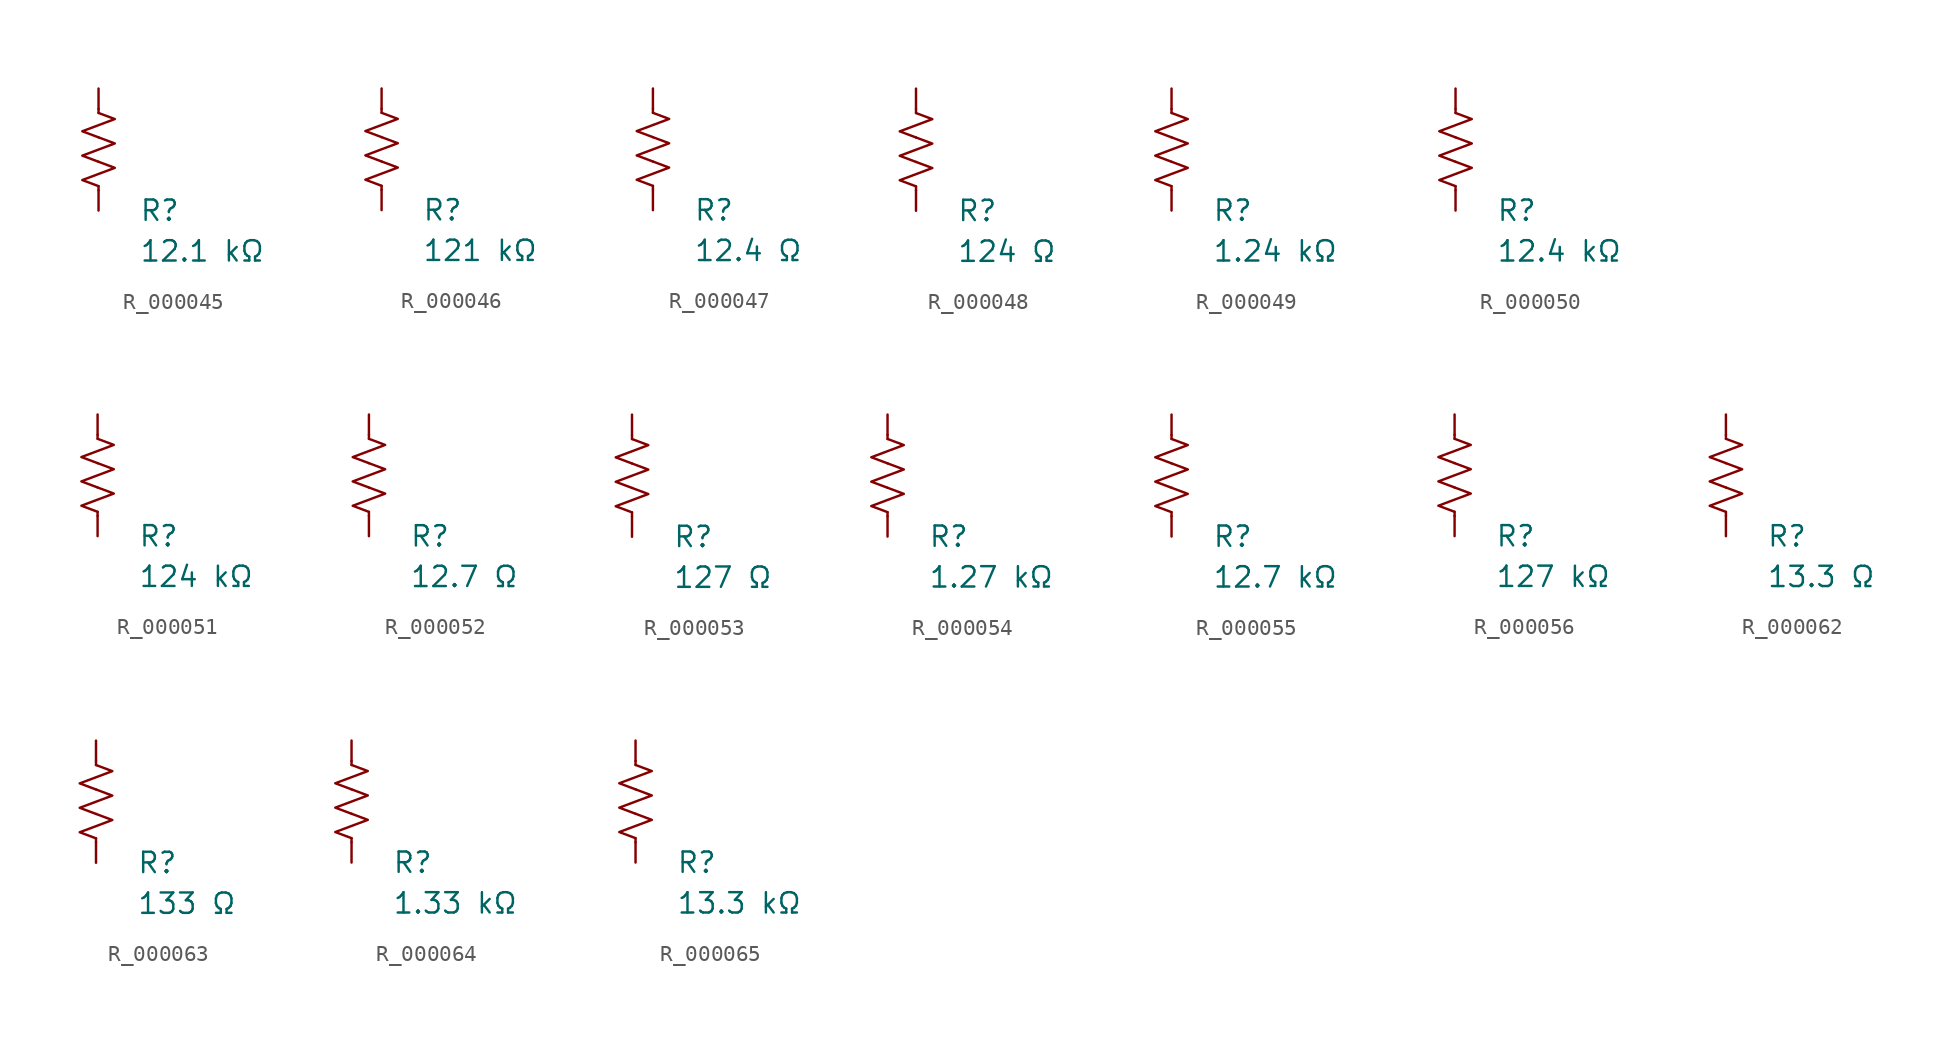
<source format=kicad_sym>
(kicad_symbol_lib
  (version 20231120)
  (generator "kicad_symbol_editor")
  (generator_version "8.0")
  (symbol "R_000045"
    (pin_numbers hide)
    (pin_names
      (offset 0))
    (property "Reference" "R"
      (at 2.54 -3.81 0)
      (effects (font (size 1.27 1.27)) (justify left))
      (show_name no))
    (property "Value" "12.1 kΩ"
      (at 2.54 -6.35 0)
      (effects (font (size 1.27 1.27)) (justify left))
      (show_name no))
    (symbol "R_000045_0_1"
      (polyline (pts (xy 0 -2.286) (xy 0 -2.54)) (stroke (width 0) (type default)) (fill (type none)))
      (polyline (pts (xy 0 2.286) (xy 0 2.54)) (stroke (width 0) (type default)) (fill (type none)))
      (polyline (pts (xy 0 -0.762) (xy 1.016 -1.143) (xy 0 -1.524) (xy -1.016 -1.905) (xy 0 -2.286)) (stroke (width 0) (type default)) (fill (type none)))
      (polyline (pts (xy 0 0.762) (xy 1.016 0.381) (xy 0 0) (xy -1.016 -0.381) (xy 0 -0.762)) (stroke (width 0) (type default)) (fill (type none)))
      (polyline (pts (xy 0 2.286) (xy 1.016 1.905) (xy 0 1.524) (xy -1.016 1.143) (xy 0 0.762)) (stroke (width 0) (type default)) (fill (type none))))
    (symbol "R_000045_1_1"
      (pin passive line (at 0 3.81 270) (length 1.27) (name "~" (effects (font (size 1.27 1.27)))) (number "1" (effects (font (size 1.27 1.27)))))
      (pin passive line (at 0 -3.81 90) (length 1.27) (name "~" (effects (font (size 1.27 1.27)))) (number "2" (effects (font (size 1.27 1.27)))))))
  (symbol "R_000046"
    (pin_numbers hide)
    (pin_names
      (offset 0))
    (property "Reference" "R"
      (at 2.54 -3.81 0)
      (effects (font (size 1.27 1.27)) (justify left))
      (show_name no))
    (property "Value" "121 kΩ"
      (at 2.54 -6.35 0)
      (effects (font (size 1.27 1.27)) (justify left))
      (show_name no))
    (symbol "R_000046_0_1"
      (polyline (pts (xy 0 -2.286) (xy 0 -2.54)) (stroke (width 0) (type default)) (fill (type none)))
      (polyline (pts (xy 0 2.286) (xy 0 2.54)) (stroke (width 0) (type default)) (fill (type none)))
      (polyline (pts (xy 0 -0.762) (xy 1.016 -1.143) (xy 0 -1.524) (xy -1.016 -1.905) (xy 0 -2.286)) (stroke (width 0) (type default)) (fill (type none)))
      (polyline (pts (xy 0 0.762) (xy 1.016 0.381) (xy 0 0) (xy -1.016 -0.381) (xy 0 -0.762)) (stroke (width 0) (type default)) (fill (type none)))
      (polyline (pts (xy 0 2.286) (xy 1.016 1.905) (xy 0 1.524) (xy -1.016 1.143) (xy 0 0.762)) (stroke (width 0) (type default)) (fill (type none))))
    (symbol "R_000046_1_1"
      (pin passive line (at 0 3.81 270) (length 1.27) (name "~" (effects (font (size 1.27 1.27)))) (number "1" (effects (font (size 1.27 1.27)))))
      (pin passive line (at 0 -3.81 90) (length 1.27) (name "~" (effects (font (size 1.27 1.27)))) (number "2" (effects (font (size 1.27 1.27)))))))
  (symbol "R_000047"
    (pin_numbers hide)
    (pin_names
      (offset 0))
    (property "Reference" "R"
      (at 2.54 -3.81 0)
      (effects (font (size 1.27 1.27)) (justify left))
      (show_name no))
    (property "Value" "12.4 Ω"
      (at 2.54 -6.35 0)
      (effects (font (size 1.27 1.27)) (justify left))
      (show_name no))
    (symbol "R_000047_0_1"
      (polyline (pts (xy 0 -2.286) (xy 0 -2.54)) (stroke (width 0) (type default)) (fill (type none)))
      (polyline (pts (xy 0 2.286) (xy 0 2.54)) (stroke (width 0) (type default)) (fill (type none)))
      (polyline (pts (xy 0 -0.762) (xy 1.016 -1.143) (xy 0 -1.524) (xy -1.016 -1.905) (xy 0 -2.286)) (stroke (width 0) (type default)) (fill (type none)))
      (polyline (pts (xy 0 0.762) (xy 1.016 0.381) (xy 0 0) (xy -1.016 -0.381) (xy 0 -0.762)) (stroke (width 0) (type default)) (fill (type none)))
      (polyline (pts (xy 0 2.286) (xy 1.016 1.905) (xy 0 1.524) (xy -1.016 1.143) (xy 0 0.762)) (stroke (width 0) (type default)) (fill (type none))))
    (symbol "R_000047_1_1"
      (pin passive line (at 0 3.81 270) (length 1.27) (name "~" (effects (font (size 1.27 1.27)))) (number "1" (effects (font (size 1.27 1.27)))))
      (pin passive line (at 0 -3.81 90) (length 1.27) (name "~" (effects (font (size 1.27 1.27)))) (number "2" (effects (font (size 1.27 1.27)))))))
  (symbol "R_000048"
    (pin_numbers hide)
    (pin_names
      (offset 0))
    (property "Reference" "R"
      (at 2.54 -3.81 0)
      (effects (font (size 1.27 1.27)) (justify left))
      (show_name no))
    (property "Value" "124 Ω"
      (at 2.54 -6.35 0)
      (effects (font (size 1.27 1.27)) (justify left))
      (show_name no))
    (symbol "R_000048_0_1"
      (polyline (pts (xy 0 -2.286) (xy 0 -2.54)) (stroke (width 0) (type default)) (fill (type none)))
      (polyline (pts (xy 0 2.286) (xy 0 2.54)) (stroke (width 0) (type default)) (fill (type none)))
      (polyline (pts (xy 0 -0.762) (xy 1.016 -1.143) (xy 0 -1.524) (xy -1.016 -1.905) (xy 0 -2.286)) (stroke (width 0) (type default)) (fill (type none)))
      (polyline (pts (xy 0 0.762) (xy 1.016 0.381) (xy 0 0) (xy -1.016 -0.381) (xy 0 -0.762)) (stroke (width 0) (type default)) (fill (type none)))
      (polyline (pts (xy 0 2.286) (xy 1.016 1.905) (xy 0 1.524) (xy -1.016 1.143) (xy 0 0.762)) (stroke (width 0) (type default)) (fill (type none))))
    (symbol "R_000048_1_1"
      (pin passive line (at 0 3.81 270) (length 1.27) (name "~" (effects (font (size 1.27 1.27)))) (number "1" (effects (font (size 1.27 1.27)))))
      (pin passive line (at 0 -3.81 90) (length 1.27) (name "~" (effects (font (size 1.27 1.27)))) (number "2" (effects (font (size 1.27 1.27)))))))
  (symbol "R_000049"
    (pin_numbers hide)
    (pin_names
      (offset 0))
    (property "Reference" "R"
      (at 2.54 -3.81 0)
      (effects (font (size 1.27 1.27)) (justify left))
      (show_name no))
    (property "Value" "1.24 kΩ"
      (at 2.54 -6.35 0)
      (effects (font (size 1.27 1.27)) (justify left))
      (show_name no))
    (symbol "R_000049_0_1"
      (polyline (pts (xy 0 -2.286) (xy 0 -2.54)) (stroke (width 0) (type default)) (fill (type none)))
      (polyline (pts (xy 0 2.286) (xy 0 2.54)) (stroke (width 0) (type default)) (fill (type none)))
      (polyline (pts (xy 0 -0.762) (xy 1.016 -1.143) (xy 0 -1.524) (xy -1.016 -1.905) (xy 0 -2.286)) (stroke (width 0) (type default)) (fill (type none)))
      (polyline (pts (xy 0 0.762) (xy 1.016 0.381) (xy 0 0) (xy -1.016 -0.381) (xy 0 -0.762)) (stroke (width 0) (type default)) (fill (type none)))
      (polyline (pts (xy 0 2.286) (xy 1.016 1.905) (xy 0 1.524) (xy -1.016 1.143) (xy 0 0.762)) (stroke (width 0) (type default)) (fill (type none))))
    (symbol "R_000049_1_1"
      (pin passive line (at 0 3.81 270) (length 1.27) (name "~" (effects (font (size 1.27 1.27)))) (number "1" (effects (font (size 1.27 1.27)))))
      (pin passive line (at 0 -3.81 90) (length 1.27) (name "~" (effects (font (size 1.27 1.27)))) (number "2" (effects (font (size 1.27 1.27)))))))
  (symbol "R_000050"
    (pin_numbers hide)
    (pin_names
      (offset 0))
    (property "Reference" "R"
      (at 2.54 -3.81 0)
      (effects (font (size 1.27 1.27)) (justify left))
      (show_name no))
    (property "Value" "12.4 kΩ"
      (at 2.54 -6.35 0)
      (effects (font (size 1.27 1.27)) (justify left))
      (show_name no))
    (symbol "R_000050_0_1"
      (polyline (pts (xy 0 -2.286) (xy 0 -2.54)) (stroke (width 0) (type default)) (fill (type none)))
      (polyline (pts (xy 0 2.286) (xy 0 2.54)) (stroke (width 0) (type default)) (fill (type none)))
      (polyline (pts (xy 0 -0.762) (xy 1.016 -1.143) (xy 0 -1.524) (xy -1.016 -1.905) (xy 0 -2.286)) (stroke (width 0) (type default)) (fill (type none)))
      (polyline (pts (xy 0 0.762) (xy 1.016 0.381) (xy 0 0) (xy -1.016 -0.381) (xy 0 -0.762)) (stroke (width 0) (type default)) (fill (type none)))
      (polyline (pts (xy 0 2.286) (xy 1.016 1.905) (xy 0 1.524) (xy -1.016 1.143) (xy 0 0.762)) (stroke (width 0) (type default)) (fill (type none))))
    (symbol "R_000050_1_1"
      (pin passive line (at 0 3.81 270) (length 1.27) (name "~" (effects (font (size 1.27 1.27)))) (number "1" (effects (font (size 1.27 1.27)))))
      (pin passive line (at 0 -3.81 90) (length 1.27) (name "~" (effects (font (size 1.27 1.27)))) (number "2" (effects (font (size 1.27 1.27)))))))
  (symbol "R_000051"
    (pin_numbers hide)
    (pin_names
      (offset 0))
    (property "Reference" "R"
      (at 2.54 -3.81 0)
      (effects (font (size 1.27 1.27)) (justify left))
      (show_name no))
    (property "Value" "124 kΩ"
      (at 2.54 -6.35 0)
      (effects (font (size 1.27 1.27)) (justify left))
      (show_name no))
    (symbol "R_000051_0_1"
      (polyline (pts (xy 0 -2.286) (xy 0 -2.54)) (stroke (width 0) (type default)) (fill (type none)))
      (polyline (pts (xy 0 2.286) (xy 0 2.54)) (stroke (width 0) (type default)) (fill (type none)))
      (polyline (pts (xy 0 -0.762) (xy 1.016 -1.143) (xy 0 -1.524) (xy -1.016 -1.905) (xy 0 -2.286)) (stroke (width 0) (type default)) (fill (type none)))
      (polyline (pts (xy 0 0.762) (xy 1.016 0.381) (xy 0 0) (xy -1.016 -0.381) (xy 0 -0.762)) (stroke (width 0) (type default)) (fill (type none)))
      (polyline (pts (xy 0 2.286) (xy 1.016 1.905) (xy 0 1.524) (xy -1.016 1.143) (xy 0 0.762)) (stroke (width 0) (type default)) (fill (type none))))
    (symbol "R_000051_1_1"
      (pin passive line (at 0 3.81 270) (length 1.27) (name "~" (effects (font (size 1.27 1.27)))) (number "1" (effects (font (size 1.27 1.27)))))
      (pin passive line (at 0 -3.81 90) (length 1.27) (name "~" (effects (font (size 1.27 1.27)))) (number "2" (effects (font (size 1.27 1.27)))))))
  (symbol "R_000052"
    (pin_numbers hide)
    (pin_names
      (offset 0))
    (property "Reference" "R"
      (at 2.54 -3.81 0)
      (effects (font (size 1.27 1.27)) (justify left))
      (show_name no))
    (property "Value" "12.7 Ω"
      (at 2.54 -6.35 0)
      (effects (font (size 1.27 1.27)) (justify left))
      (show_name no))
    (symbol "R_000052_0_1"
      (polyline (pts (xy 0 -2.286) (xy 0 -2.54)) (stroke (width 0) (type default)) (fill (type none)))
      (polyline (pts (xy 0 2.286) (xy 0 2.54)) (stroke (width 0) (type default)) (fill (type none)))
      (polyline (pts (xy 0 -0.762) (xy 1.016 -1.143) (xy 0 -1.524) (xy -1.016 -1.905) (xy 0 -2.286)) (stroke (width 0) (type default)) (fill (type none)))
      (polyline (pts (xy 0 0.762) (xy 1.016 0.381) (xy 0 0) (xy -1.016 -0.381) (xy 0 -0.762)) (stroke (width 0) (type default)) (fill (type none)))
      (polyline (pts (xy 0 2.286) (xy 1.016 1.905) (xy 0 1.524) (xy -1.016 1.143) (xy 0 0.762)) (stroke (width 0) (type default)) (fill (type none))))
    (symbol "R_000052_1_1"
      (pin passive line (at 0 3.81 270) (length 1.27) (name "~" (effects (font (size 1.27 1.27)))) (number "1" (effects (font (size 1.27 1.27)))))
      (pin passive line (at 0 -3.81 90) (length 1.27) (name "~" (effects (font (size 1.27 1.27)))) (number "2" (effects (font (size 1.27 1.27)))))))
  (symbol "R_000053"
    (pin_numbers hide)
    (pin_names
      (offset 0))
    (property "Reference" "R"
      (at 2.54 -3.81 0)
      (effects (font (size 1.27 1.27)) (justify left))
      (show_name no))
    (property "Value" "127 Ω"
      (at 2.54 -6.35 0)
      (effects (font (size 1.27 1.27)) (justify left))
      (show_name no))
    (symbol "R_000053_0_1"
      (polyline (pts (xy 0 -2.286) (xy 0 -2.54)) (stroke (width 0) (type default)) (fill (type none)))
      (polyline (pts (xy 0 2.286) (xy 0 2.54)) (stroke (width 0) (type default)) (fill (type none)))
      (polyline (pts (xy 0 -0.762) (xy 1.016 -1.143) (xy 0 -1.524) (xy -1.016 -1.905) (xy 0 -2.286)) (stroke (width 0) (type default)) (fill (type none)))
      (polyline (pts (xy 0 0.762) (xy 1.016 0.381) (xy 0 0) (xy -1.016 -0.381) (xy 0 -0.762)) (stroke (width 0) (type default)) (fill (type none)))
      (polyline (pts (xy 0 2.286) (xy 1.016 1.905) (xy 0 1.524) (xy -1.016 1.143) (xy 0 0.762)) (stroke (width 0) (type default)) (fill (type none))))
    (symbol "R_000053_1_1"
      (pin passive line (at 0 3.81 270) (length 1.27) (name "~" (effects (font (size 1.27 1.27)))) (number "1" (effects (font (size 1.27 1.27)))))
      (pin passive line (at 0 -3.81 90) (length 1.27) (name "~" (effects (font (size 1.27 1.27)))) (number "2" (effects (font (size 1.27 1.27)))))))
  (symbol "R_000054"
    (pin_numbers hide)
    (pin_names
      (offset 0))
    (property "Reference" "R"
      (at 2.54 -3.81 0)
      (effects (font (size 1.27 1.27)) (justify left))
      (show_name no))
    (property "Value" "1.27 kΩ"
      (at 2.54 -6.35 0)
      (effects (font (size 1.27 1.27)) (justify left))
      (show_name no))
    (symbol "R_000054_0_1"
      (polyline (pts (xy 0 -2.286) (xy 0 -2.54)) (stroke (width 0) (type default)) (fill (type none)))
      (polyline (pts (xy 0 2.286) (xy 0 2.54)) (stroke (width 0) (type default)) (fill (type none)))
      (polyline (pts (xy 0 -0.762) (xy 1.016 -1.143) (xy 0 -1.524) (xy -1.016 -1.905) (xy 0 -2.286)) (stroke (width 0) (type default)) (fill (type none)))
      (polyline (pts (xy 0 0.762) (xy 1.016 0.381) (xy 0 0) (xy -1.016 -0.381) (xy 0 -0.762)) (stroke (width 0) (type default)) (fill (type none)))
      (polyline (pts (xy 0 2.286) (xy 1.016 1.905) (xy 0 1.524) (xy -1.016 1.143) (xy 0 0.762)) (stroke (width 0) (type default)) (fill (type none))))
    (symbol "R_000054_1_1"
      (pin passive line (at 0 3.81 270) (length 1.27) (name "~" (effects (font (size 1.27 1.27)))) (number "1" (effects (font (size 1.27 1.27)))))
      (pin passive line (at 0 -3.81 90) (length 1.27) (name "~" (effects (font (size 1.27 1.27)))) (number "2" (effects (font (size 1.27 1.27)))))))
  (symbol "R_000055"
    (pin_numbers hide)
    (pin_names
      (offset 0))
    (property "Reference" "R"
      (at 2.54 -3.81 0)
      (effects (font (size 1.27 1.27)) (justify left))
      (show_name no))
    (property "Value" "12.7 kΩ"
      (at 2.54 -6.35 0)
      (effects (font (size 1.27 1.27)) (justify left))
      (show_name no))
    (symbol "R_000055_0_1"
      (polyline (pts (xy 0 -2.286) (xy 0 -2.54)) (stroke (width 0) (type default)) (fill (type none)))
      (polyline (pts (xy 0 2.286) (xy 0 2.54)) (stroke (width 0) (type default)) (fill (type none)))
      (polyline (pts (xy 0 -0.762) (xy 1.016 -1.143) (xy 0 -1.524) (xy -1.016 -1.905) (xy 0 -2.286)) (stroke (width 0) (type default)) (fill (type none)))
      (polyline (pts (xy 0 0.762) (xy 1.016 0.381) (xy 0 0) (xy -1.016 -0.381) (xy 0 -0.762)) (stroke (width 0) (type default)) (fill (type none)))
      (polyline (pts (xy 0 2.286) (xy 1.016 1.905) (xy 0 1.524) (xy -1.016 1.143) (xy 0 0.762)) (stroke (width 0) (type default)) (fill (type none))))
    (symbol "R_000055_1_1"
      (pin passive line (at 0 3.81 270) (length 1.27) (name "~" (effects (font (size 1.27 1.27)))) (number "1" (effects (font (size 1.27 1.27)))))
      (pin passive line (at 0 -3.81 90) (length 1.27) (name "~" (effects (font (size 1.27 1.27)))) (number "2" (effects (font (size 1.27 1.27)))))))
  (symbol "R_000056"
    (pin_numbers hide)
    (pin_names
      (offset 0))
    (property "Reference" "R"
      (at 2.54 -3.81 0)
      (effects (font (size 1.27 1.27)) (justify left))
      (show_name no))
    (property "Value" "127 kΩ"
      (at 2.54 -6.35 0)
      (effects (font (size 1.27 1.27)) (justify left))
      (show_name no))
    (symbol "R_000056_0_1"
      (polyline (pts (xy 0 -2.286) (xy 0 -2.54)) (stroke (width 0) (type default)) (fill (type none)))
      (polyline (pts (xy 0 2.286) (xy 0 2.54)) (stroke (width 0) (type default)) (fill (type none)))
      (polyline (pts (xy 0 -0.762) (xy 1.016 -1.143) (xy 0 -1.524) (xy -1.016 -1.905) (xy 0 -2.286)) (stroke (width 0) (type default)) (fill (type none)))
      (polyline (pts (xy 0 0.762) (xy 1.016 0.381) (xy 0 0) (xy -1.016 -0.381) (xy 0 -0.762)) (stroke (width 0) (type default)) (fill (type none)))
      (polyline (pts (xy 0 2.286) (xy 1.016 1.905) (xy 0 1.524) (xy -1.016 1.143) (xy 0 0.762)) (stroke (width 0) (type default)) (fill (type none))))
    (symbol "R_000056_1_1"
      (pin passive line (at 0 3.81 270) (length 1.27) (name "~" (effects (font (size 1.27 1.27)))) (number "1" (effects (font (size 1.27 1.27)))))
      (pin passive line (at 0 -3.81 90) (length 1.27) (name "~" (effects (font (size 1.27 1.27)))) (number "2" (effects (font (size 1.27 1.27)))))))
  (symbol "R_000062"
    (pin_numbers hide)
    (pin_names
      (offset 0))
    (property "Reference" "R"
      (at 2.54 -3.81 0)
      (effects (font (size 1.27 1.27)) (justify left))
      (show_name no))
    (property "Value" "13.3 Ω"
      (at 2.54 -6.35 0)
      (effects (font (size 1.27 1.27)) (justify left))
      (show_name no))
    (symbol "R_000062_0_1"
      (polyline (pts (xy 0 -2.286) (xy 0 -2.54)) (stroke (width 0) (type default)) (fill (type none)))
      (polyline (pts (xy 0 2.286) (xy 0 2.54)) (stroke (width 0) (type default)) (fill (type none)))
      (polyline (pts (xy 0 -0.762) (xy 1.016 -1.143) (xy 0 -1.524) (xy -1.016 -1.905) (xy 0 -2.286)) (stroke (width 0) (type default)) (fill (type none)))
      (polyline (pts (xy 0 0.762) (xy 1.016 0.381) (xy 0 0) (xy -1.016 -0.381) (xy 0 -0.762)) (stroke (width 0) (type default)) (fill (type none)))
      (polyline (pts (xy 0 2.286) (xy 1.016 1.905) (xy 0 1.524) (xy -1.016 1.143) (xy 0 0.762)) (stroke (width 0) (type default)) (fill (type none))))
    (symbol "R_000062_1_1"
      (pin passive line (at 0 3.81 270) (length 1.27) (name "~" (effects (font (size 1.27 1.27)))) (number "1" (effects (font (size 1.27 1.27)))))
      (pin passive line (at 0 -3.81 90) (length 1.27) (name "~" (effects (font (size 1.27 1.27)))) (number "2" (effects (font (size 1.27 1.27)))))))
  (symbol "R_000063"
    (pin_numbers hide)
    (pin_names
      (offset 0))
    (property "Reference" "R"
      (at 2.54 -3.81 0)
      (effects (font (size 1.27 1.27)) (justify left))
      (show_name no))
    (property "Value" "133 Ω"
      (at 2.54 -6.35 0)
      (effects (font (size 1.27 1.27)) (justify left))
      (show_name no))
    (symbol "R_000063_0_1"
      (polyline (pts (xy 0 -2.286) (xy 0 -2.54)) (stroke (width 0) (type default)) (fill (type none)))
      (polyline (pts (xy 0 2.286) (xy 0 2.54)) (stroke (width 0) (type default)) (fill (type none)))
      (polyline (pts (xy 0 -0.762) (xy 1.016 -1.143) (xy 0 -1.524) (xy -1.016 -1.905) (xy 0 -2.286)) (stroke (width 0) (type default)) (fill (type none)))
      (polyline (pts (xy 0 0.762) (xy 1.016 0.381) (xy 0 0) (xy -1.016 -0.381) (xy 0 -0.762)) (stroke (width 0) (type default)) (fill (type none)))
      (polyline (pts (xy 0 2.286) (xy 1.016 1.905) (xy 0 1.524) (xy -1.016 1.143) (xy 0 0.762)) (stroke (width 0) (type default)) (fill (type none))))
    (symbol "R_000063_1_1"
      (pin passive line (at 0 3.81 270) (length 1.27) (name "~" (effects (font (size 1.27 1.27)))) (number "1" (effects (font (size 1.27 1.27)))))
      (pin passive line (at 0 -3.81 90) (length 1.27) (name "~" (effects (font (size 1.27 1.27)))) (number "2" (effects (font (size 1.27 1.27)))))))
  (symbol "R_000064"
    (pin_numbers hide)
    (pin_names
      (offset 0))
    (property "Reference" "R"
      (at 2.54 -3.81 0)
      (effects (font (size 1.27 1.27)) (justify left))
      (show_name no))
    (property "Value" "1.33 kΩ"
      (at 2.54 -6.35 0)
      (effects (font (size 1.27 1.27)) (justify left))
      (show_name no))
    (symbol "R_000064_0_1"
      (polyline (pts (xy 0 -2.286) (xy 0 -2.54)) (stroke (width 0) (type default)) (fill (type none)))
      (polyline (pts (xy 0 2.286) (xy 0 2.54)) (stroke (width 0) (type default)) (fill (type none)))
      (polyline (pts (xy 0 -0.762) (xy 1.016 -1.143) (xy 0 -1.524) (xy -1.016 -1.905) (xy 0 -2.286)) (stroke (width 0) (type default)) (fill (type none)))
      (polyline (pts (xy 0 0.762) (xy 1.016 0.381) (xy 0 0) (xy -1.016 -0.381) (xy 0 -0.762)) (stroke (width 0) (type default)) (fill (type none)))
      (polyline (pts (xy 0 2.286) (xy 1.016 1.905) (xy 0 1.524) (xy -1.016 1.143) (xy 0 0.762)) (stroke (width 0) (type default)) (fill (type none))))
    (symbol "R_000064_1_1"
      (pin passive line (at 0 3.81 270) (length 1.27) (name "~" (effects (font (size 1.27 1.27)))) (number "1" (effects (font (size 1.27 1.27)))))
      (pin passive line (at 0 -3.81 90) (length 1.27) (name "~" (effects (font (size 1.27 1.27)))) (number "2" (effects (font (size 1.27 1.27)))))))
  (symbol "R_000065"
    (pin_numbers hide)
    (pin_names
      (offset 0))
    (property "Reference" "R"
      (at 2.54 -3.81 0)
      (effects (font (size 1.27 1.27)) (justify left))
      (show_name no))
    (property "Value" "13.3 kΩ"
      (at 2.54 -6.35 0)
      (effects (font (size 1.27 1.27)) (justify left))
      (show_name no))
    (symbol "R_000065_0_1"
      (polyline (pts (xy 0 -2.286) (xy 0 -2.54)) (stroke (width 0) (type default)) (fill (type none)))
      (polyline (pts (xy 0 2.286) (xy 0 2.54)) (stroke (width 0) (type default)) (fill (type none)))
      (polyline (pts (xy 0 -0.762) (xy 1.016 -1.143) (xy 0 -1.524) (xy -1.016 -1.905) (xy 0 -2.286)) (stroke (width 0) (type default)) (fill (type none)))
      (polyline (pts (xy 0 0.762) (xy 1.016 0.381) (xy 0 0) (xy -1.016 -0.381) (xy 0 -0.762)) (stroke (width 0) (type default)) (fill (type none)))
      (polyline (pts (xy 0 2.286) (xy 1.016 1.905) (xy 0 1.524) (xy -1.016 1.143) (xy 0 0.762)) (stroke (width 0) (type default)) (fill (type none))))
    (symbol "R_000065_1_1"
      (pin passive line (at 0 3.81 270) (length 1.27) (name "~" (effects (font (size 1.27 1.27)))) (number "1" (effects (font (size 1.27 1.27)))))
      (pin passive line (at 0 -3.81 90) (length 1.27) (name "~" (effects (font (size 1.27 1.27)))) (number "2" (effects (font (size 1.27 1.27))))))))
</source>
